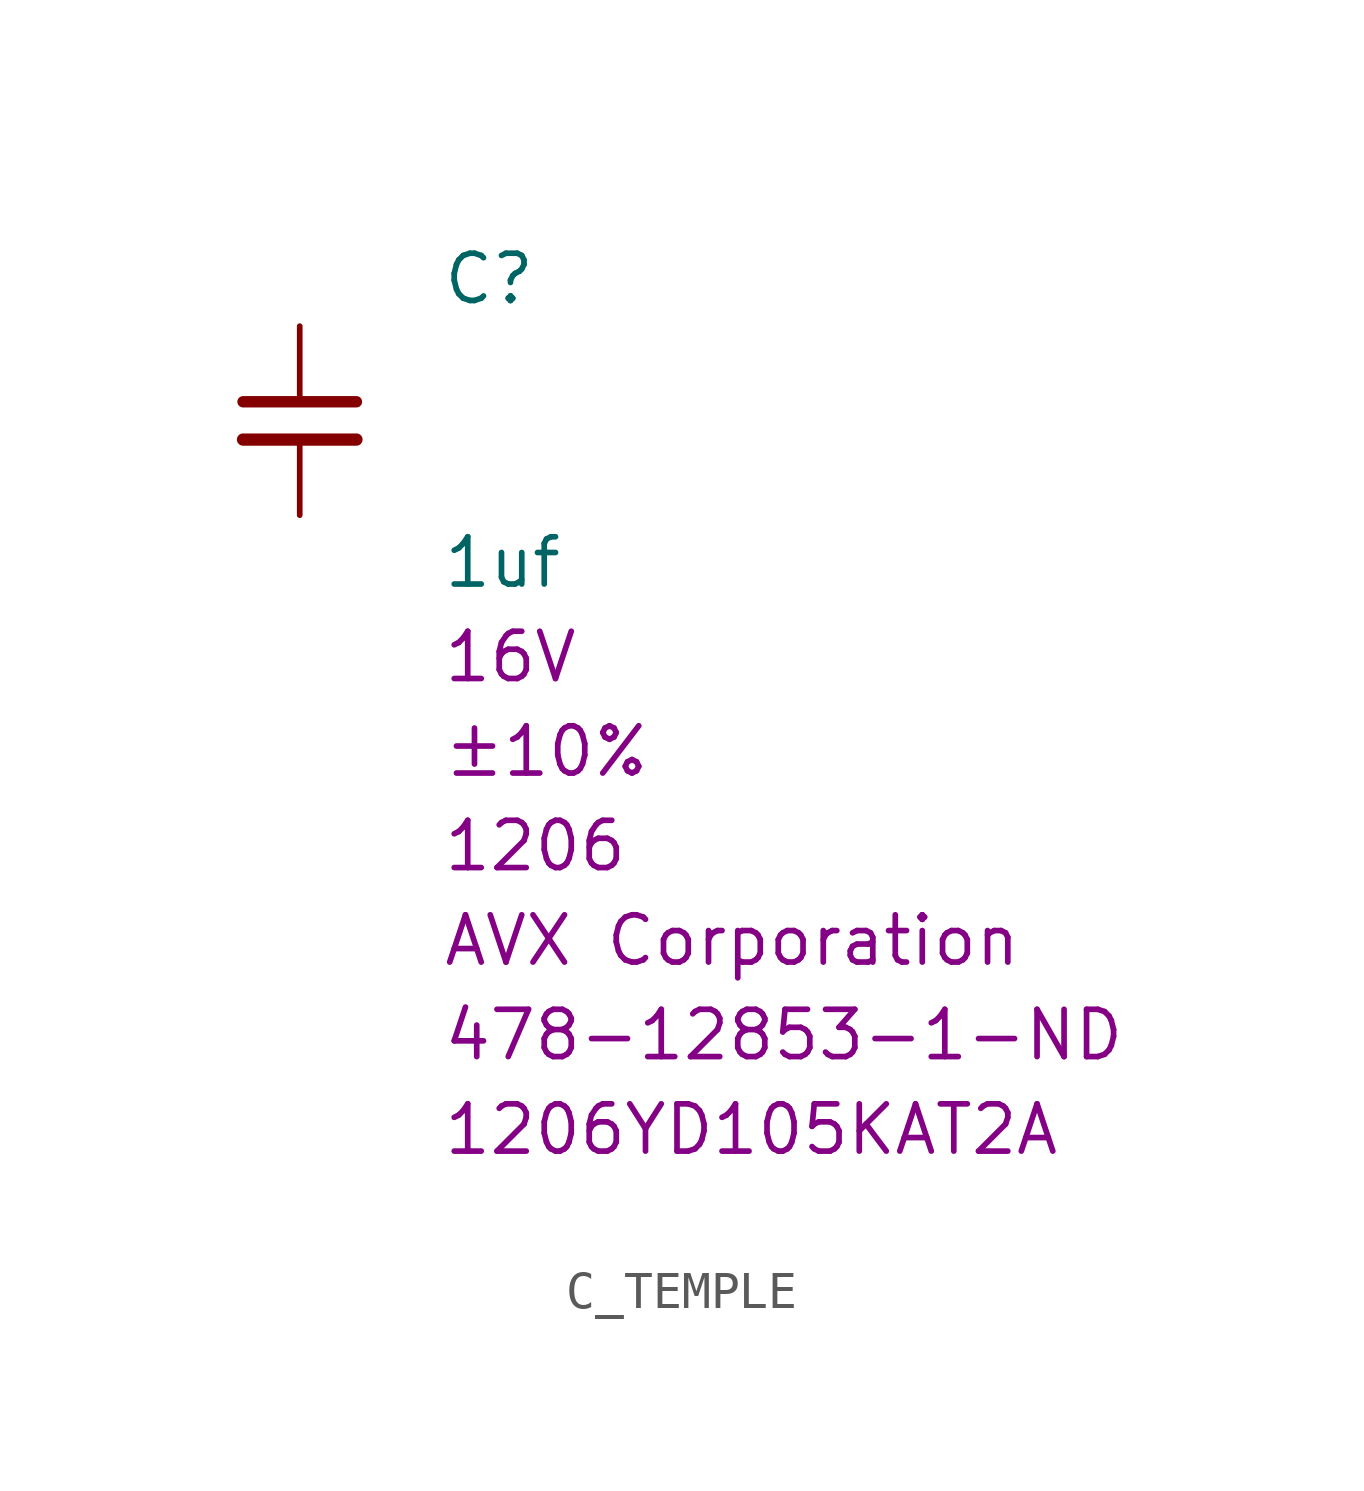
<source format=kicad_sym>
(kicad_symbol_lib
  (version 20220914)
  (generator kicad_symbol_editor)
  (symbol "C_TEMPLE"
    (pin_numbers hide)
    (pin_names
      (offset 1.016))
    (property "Reference" "C"
      (at 3.81 3.81 0)
      (effects (font (size 1.27 1.27)) (justify left)))
    (property "Value" "C_TEMPLE"
      (at 3.81 1.27 0)
      (effects (font (size 1.27 1.27)) (justify left)))
    (property "value" "1uf"
      (at 3.81 -3.81 0)
      (effects (font (size 1.27 1.27)) (justify left)))
    (property "Tolerance" "±10%"
      (at 3.81 -8.89 0)
      (effects (font (size 1.27 1.27)) (justify left)))
    (property "MAX Voltage" "16V"
      (at 3.81 -6.35 0)
      (effects (font (size 1.27 1.27)) (justify left)))
    (property "Chip Set" "1206"
      (at 3.81 -11.43 0)
      (effects (font (size 1.27 1.27)) (justify left)))
    (property "Manufacturer" "AVX Corporation"
      (at 3.81 -13.97 0)
      (effects (font (size 1.27 1.27)) (justify left)))
    (property "MPN" "1206YD105KAT2A"
      (at 3.81 -19.05 0)
      (effects (font (size 1.27 1.27)) (justify left)))
    (property "Digi-Key_PN" "478-12853-1-ND"
      (at 3.81 -16.51 0)
      (effects (font (size 1.27 1.27)) (justify left)))
    (symbol "C_TEMPLE_1_1"
      (polyline (pts (xy -1.524 -0.508) (xy 1.524 -0.508)) (stroke (width 0.33) (type solid)) (fill (type none)))
      (polyline (pts (xy -1.524 0.508) (xy 1.524 0.508)) (stroke (width 0.305) (type solid)) (fill (type none)))
      (pin passive line (at 0 2.54 270) (length 2.032) (name "~" (effects (font (size 1.27 1.27)))) (number "1" (effects (font (size 1.27 1.27)))))
      (pin passive line (at 0 -2.54 90) (length 2.032) (name "~" (effects (font (size 1.27 1.27)))) (number "2" (effects (font (size 1.27 1.27))))))))
</source>
